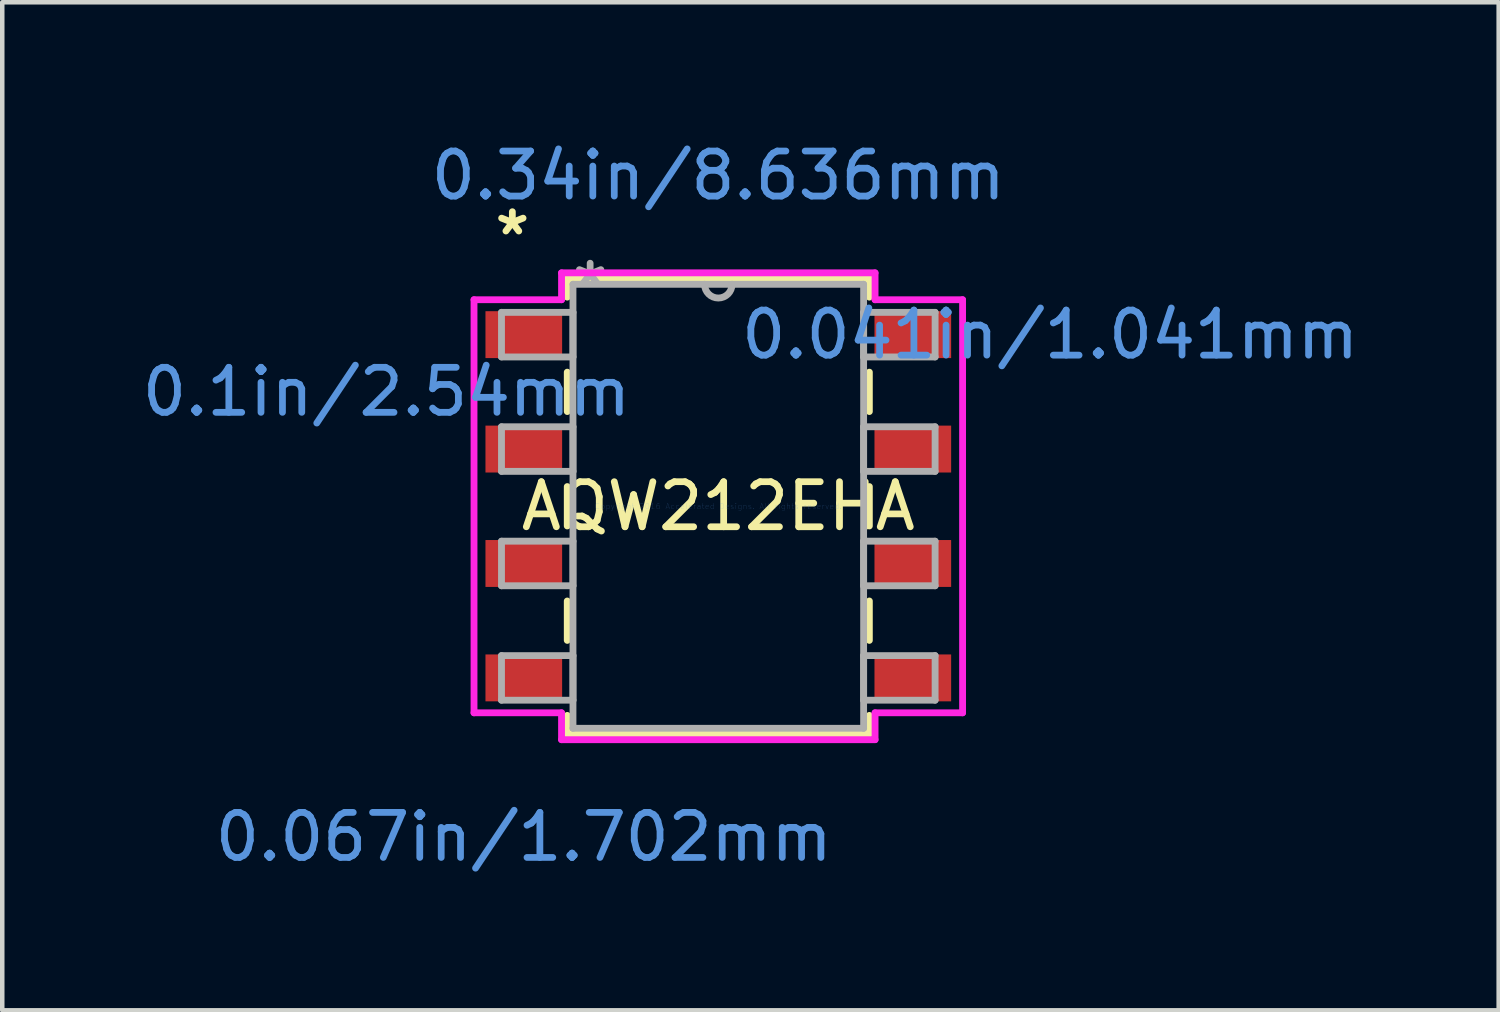
<source format=kicad_pcb>
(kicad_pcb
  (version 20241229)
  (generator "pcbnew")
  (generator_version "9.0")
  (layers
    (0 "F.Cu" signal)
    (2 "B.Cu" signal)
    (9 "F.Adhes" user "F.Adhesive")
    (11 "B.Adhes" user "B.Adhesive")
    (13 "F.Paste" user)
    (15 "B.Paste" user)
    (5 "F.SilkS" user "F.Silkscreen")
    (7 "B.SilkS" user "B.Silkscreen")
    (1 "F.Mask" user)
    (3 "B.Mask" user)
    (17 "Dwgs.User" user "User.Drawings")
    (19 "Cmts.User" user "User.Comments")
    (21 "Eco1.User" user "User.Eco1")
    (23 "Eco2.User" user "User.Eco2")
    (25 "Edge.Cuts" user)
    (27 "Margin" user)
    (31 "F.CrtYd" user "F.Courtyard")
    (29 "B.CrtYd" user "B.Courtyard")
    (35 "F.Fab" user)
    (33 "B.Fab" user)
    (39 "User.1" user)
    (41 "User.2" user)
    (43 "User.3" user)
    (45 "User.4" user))
  (footprint "AQW212EHA"
    (layer "F.Cu")
    (at 12.896 8.189)
    (property "Reference" "AQW212EHA" (at 0 0 0) (layer "F.SilkS") (effects (font (size 1 1) (thickness 0.15))))
    (attr through_hole)
    (fp_line (start -3.353 -5.055) (end -3.353 -4.643) (stroke (width 0.152) (type solid)) (layer "F.SilkS"))
    (fp_line (start -3.353 -2.977) (end -3.353 -2.103) (stroke (width 0.152) (type solid)) (layer "F.SilkS"))
    (fp_line (start -3.353 -0.437) (end -3.353 0.437) (stroke (width 0.152) (type solid)) (layer "F.SilkS"))
    (fp_line (start -3.353 2.103) (end -3.353 2.977) (stroke (width 0.152) (type solid)) (layer "F.SilkS"))
    (fp_line (start -3.353 4.643) (end -3.353 5.055) (stroke (width 0.152) (type solid)) (layer "F.SilkS"))
    (fp_line (start -3.353 5.055) (end 3.353 5.055) (stroke (width 0.152) (type solid)) (layer "F.SilkS"))
    (fp_line (start 3.353 -5.055) (end -3.353 -5.055) (stroke (width 0.152) (type solid)) (layer "F.SilkS"))
    (fp_line (start 3.353 -4.643) (end 3.353 -5.055) (stroke (width 0.152) (type solid)) (layer "F.SilkS"))
    (fp_line (start 3.353 -2.103) (end 3.353 -2.977) (stroke (width 0.152) (type solid)) (layer "F.SilkS"))
    (fp_line (start 3.353 0.437) (end 3.353 -0.437) (stroke (width 0.152) (type solid)) (layer "F.SilkS"))
    (fp_line (start 3.353 2.977) (end 3.353 2.103) (stroke (width 0.152) (type solid)) (layer "F.SilkS"))
    (fp_line (start 3.353 5.055) (end 3.353 4.643) (stroke (width 0.152) (type solid)) (layer "F.SilkS"))
    (fp_line (start -5.423 -4.585) (end -3.48 -4.585) (stroke (width 0.152) (type solid)) (layer "F.CrtYd"))
    (fp_line (start -5.423 4.585) (end -5.423 -4.585) (stroke (width 0.152) (type solid)) (layer "F.CrtYd"))
    (fp_line (start -5.423 4.585) (end -3.48 4.585) (stroke (width 0.152) (type solid)) (layer "F.CrtYd"))
    (fp_line (start -3.48 -5.182) (end 3.48 -5.182) (stroke (width 0.152) (type solid)) (layer "F.CrtYd"))
    (fp_line (start -3.48 -4.585) (end -3.48 -5.182) (stroke (width 0.152) (type solid)) (layer "F.CrtYd"))
    (fp_line (start -3.48 5.182) (end -3.48 4.585) (stroke (width 0.152) (type solid)) (layer "F.CrtYd"))
    (fp_line (start 3.48 -5.182) (end 3.48 -4.585) (stroke (width 0.152) (type solid)) (layer "F.CrtYd"))
    (fp_line (start 3.48 4.585) (end 3.48 5.182) (stroke (width 0.152) (type solid)) (layer "F.CrtYd"))
    (fp_line (start 3.48 5.182) (end -3.48 5.182) (stroke (width 0.152) (type solid)) (layer "F.CrtYd"))
    (fp_line (start 5.423 -4.585) (end 3.48 -4.585) (stroke (width 0.152) (type solid)) (layer "F.CrtYd"))
    (fp_line (start 5.423 -4.585) (end 5.423 4.585) (stroke (width 0.152) (type solid)) (layer "F.CrtYd"))
    (fp_line (start 5.423 4.585) (end 3.48 4.585) (stroke (width 0.152) (type solid)) (layer "F.CrtYd"))
    (fp_line (start -4.813 -4.305) (end -4.813 -3.315) (stroke (width 0.152) (type solid)) (layer "F.Fab"))
    (fp_line (start -4.813 -3.315) (end -3.226 -3.315) (stroke (width 0.152) (type solid)) (layer "F.Fab"))
    (fp_line (start -4.813 -1.765) (end -4.813 -0.775) (stroke (width 0.152) (type solid)) (layer "F.Fab"))
    (fp_line (start -4.813 -0.775) (end -3.226 -0.775) (stroke (width 0.152) (type solid)) (layer "F.Fab"))
    (fp_line (start -4.813 0.775) (end -4.813 1.765) (stroke (width 0.152) (type solid)) (layer "F.Fab"))
    (fp_line (start -4.813 1.765) (end -3.226 1.765) (stroke (width 0.152) (type solid)) (layer "F.Fab"))
    (fp_line (start -4.813 3.315) (end -4.813 4.305) (stroke (width 0.152) (type solid)) (layer "F.Fab"))
    (fp_line (start -4.813 4.305) (end -3.226 4.305) (stroke (width 0.152) (type solid)) (layer "F.Fab"))
    (fp_line (start -3.226 -4.928) (end -3.226 4.928) (stroke (width 0.152) (type solid)) (layer "F.Fab"))
    (fp_line (start -3.226 -4.305) (end -4.813 -4.305) (stroke (width 0.152) (type solid)) (layer "F.Fab"))
    (fp_line (start -3.226 -3.315) (end -3.226 -4.305) (stroke (width 0.152) (type solid)) (layer "F.Fab"))
    (fp_line (start -3.226 -1.765) (end -4.813 -1.765) (stroke (width 0.152) (type solid)) (layer "F.Fab"))
    (fp_line (start -3.226 -0.775) (end -3.226 -1.765) (stroke (width 0.152) (type solid)) (layer "F.Fab"))
    (fp_line (start -3.226 0.775) (end -4.813 0.775) (stroke (width 0.152) (type solid)) (layer "F.Fab"))
    (fp_line (start -3.226 1.765) (end -3.226 0.775) (stroke (width 0.152) (type solid)) (layer "F.Fab"))
    (fp_line (start -3.226 3.315) (end -4.813 3.315) (stroke (width 0.152) (type solid)) (layer "F.Fab"))
    (fp_line (start -3.226 4.305) (end -3.226 3.315) (stroke (width 0.152) (type solid)) (layer "F.Fab"))
    (fp_line (start -3.226 4.928) (end 3.226 4.928) (stroke (width 0.152) (type solid)) (layer "F.Fab"))
    (fp_line (start 3.226 -4.928) (end -3.226 -4.928) (stroke (width 0.152) (type solid)) (layer "F.Fab"))
    (fp_line (start 3.226 -4.305) (end 3.226 -3.315) (stroke (width 0.152) (type solid)) (layer "F.Fab"))
    (fp_line (start 3.226 -3.315) (end 4.813 -3.315) (stroke (width 0.152) (type solid)) (layer "F.Fab"))
    (fp_line (start 3.226 -1.765) (end 3.226 -0.775) (stroke (width 0.152) (type solid)) (layer "F.Fab"))
    (fp_line (start 3.226 -0.775) (end 4.813 -0.775) (stroke (width 0.152) (type solid)) (layer "F.Fab"))
    (fp_line (start 3.226 0.775) (end 3.226 1.765) (stroke (width 0.152) (type solid)) (layer "F.Fab"))
    (fp_line (start 3.226 1.765) (end 4.813 1.765) (stroke (width 0.152) (type solid)) (layer "F.Fab"))
    (fp_line (start 3.226 3.315) (end 3.226 4.305) (stroke (width 0.152) (type solid)) (layer "F.Fab"))
    (fp_line (start 3.226 4.305) (end 4.813 4.305) (stroke (width 0.152) (type solid)) (layer "F.Fab"))
    (fp_line (start 3.226 4.928) (end 3.226 -4.928) (stroke (width 0.152) (type solid)) (layer "F.Fab"))
    (fp_line (start 4.813 -4.305) (end 3.226 -4.305) (stroke (width 0.152) (type solid)) (layer "F.Fab"))
    (fp_line (start 4.813 -3.315) (end 4.813 -4.305) (stroke (width 0.152) (type solid)) (layer "F.Fab"))
    (fp_line (start 4.813 -1.765) (end 3.226 -1.765) (stroke (width 0.152) (type solid)) (layer "F.Fab"))
    (fp_line (start 4.813 -0.775) (end 4.813 -1.765) (stroke (width 0.152) (type solid)) (layer "F.Fab"))
    (fp_line (start 4.813 0.775) (end 3.226 0.775) (stroke (width 0.152) (type solid)) (layer "F.Fab"))
    (fp_line (start 4.813 1.765) (end 4.813 0.775) (stroke (width 0.152) (type solid)) (layer "F.Fab"))
    (fp_line (start 4.813 3.315) (end 3.226 3.315) (stroke (width 0.152) (type solid)) (layer "F.Fab"))
    (fp_line (start 4.813 4.305) (end 4.813 3.315) (stroke (width 0.152) (type solid)) (layer "F.Fab"))
    (fp_arc (start 0.3048 -4.9276) (mid 0 -4.6228) (end -0.3048 -4.9276) (stroke (width 0.1524) (type solid)) (layer "F.Fab"))
    (fp_text user "*" (at -4.572 -5.994 0) (layer "F.SilkS") (effects (font (size 1 1) (thickness 0.15))))
    (fp_text user "0.1in/2.54mm" (at -7.366 -2.54 0) (layer "Cmts.User") (effects (font (size 1 1) (thickness 0.15))))
    (fp_text user "0.34in/8.636mm" (at 0 -7.341 0) (layer "Cmts.User") (effects (font (size 1 1) (thickness 0.15))))
    (fp_text user "Copyright 2016 Accelerated Designs. All rights reserved." (at 0 0 0) (layer "Cmts.User") (effects (font (size 0.127 0.127) (thickness 0.002))))
    (fp_text user "0.067in/1.702mm" (at -4.318 7.341 0) (layer "Cmts.User") (effects (font (size 1 1) (thickness 0.15))))
    (fp_text user "0.041in/1.041mm" (at 7.366 -3.81 0) (layer "Cmts.User") (effects (font (size 1 1) (thickness 0.15))))
    (fp_text user "*" (at -2.845 -4.851 0) (layer "F.Fab") (effects (font (size 1 1) (thickness 0.15))))
    (pad "1" smd rect (at -4.318 -3.81) (size 1.702 1.041) (layers "F.Cu" "F.Mask" "F.Paste"))
    (pad "2" smd rect (at -4.318 -1.27) (size 1.702 1.041) (layers "F.Cu" "F.Mask" "F.Paste"))
    (pad "3" smd rect (at -4.318 1.27) (size 1.702 1.041) (layers "F.Cu" "F.Mask" "F.Paste"))
    (pad "4" smd rect (at -4.318 3.81) (size 1.702 1.041) (layers "F.Cu" "F.Mask" "F.Paste"))
    (pad "5" smd rect (at 4.318 3.81) (size 1.702 1.041) (layers "F.Cu" "F.Mask" "F.Paste"))
    (pad "6" smd rect (at 4.318 1.27) (size 1.702 1.041) (layers "F.Cu" "F.Mask" "F.Paste"))
    (pad "7" smd rect (at 4.318 -1.27) (size 1.702 1.041) (layers "F.Cu" "F.Mask" "F.Paste"))
    (pad "8" smd rect (at 4.318 -3.81) (size 1.702 1.041) (layers "F.Cu" "F.Mask" "F.Paste")))
  (gr_rect
    (start -3 -3)
    (end 30.22 19.378)
    (stroke (width 0.1) (type default))
    (fill no)
    (layer "Edge.Cuts")))
</source>
